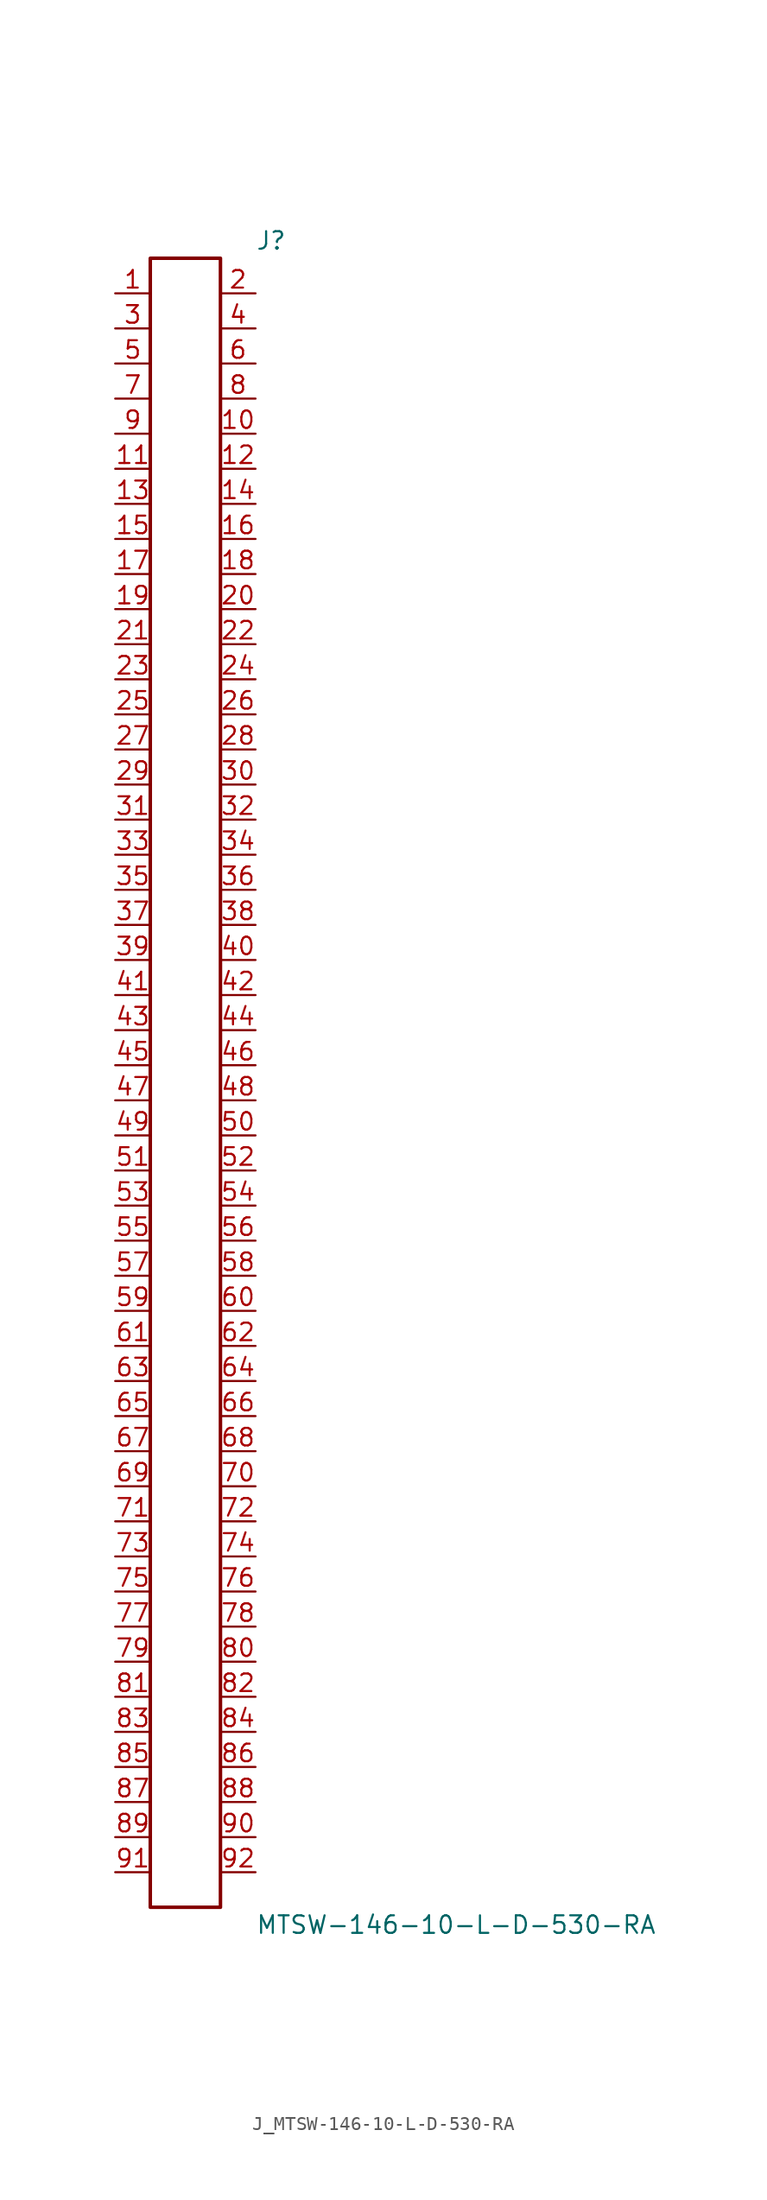
<source format=kicad_sym>
(kicad_symbol_lib
  (version 20231120)
  (generator kicad_symbol_editor)
  (generator_version 8.0)
  (symbol "J_MTSW-146-10-L-D-530-RA"
    (pin_names
      (offset 0.254))
    (property "Reference" "J"
      (at 5.08 60.96 0)
      (effects (font (size 1.27 1.27)) (justify left)))
    (property "Value" "MTSW-146-10-L-D-530-RA"
      (at 5.08 -60.96 0)
      (effects (font (size 1.27 1.27)) (justify left)))
    (symbol "J_MTSW-146-10-L-D-530-RA_0_0"
      (pin passive line (at -5.08 57.15 0) (length 2.54) (name "" (effects (font (size 1.27 1.27)))) (number "1" (effects (font (size 1.27 1.27)))))
      (pin passive line (at 5.08 57.15 180) (length 2.54) (name "" (effects (font (size 1.27 1.27)))) (number "2" (effects (font (size 1.27 1.27)))))
      (pin passive line (at -5.08 54.61 0) (length 2.54) (name "" (effects (font (size 1.27 1.27)))) (number "3" (effects (font (size 1.27 1.27)))))
      (pin passive line (at 5.08 54.61 180) (length 2.54) (name "" (effects (font (size 1.27 1.27)))) (number "4" (effects (font (size 1.27 1.27)))))
      (pin passive line (at -5.08 52.07 0) (length 2.54) (name "" (effects (font (size 1.27 1.27)))) (number "5" (effects (font (size 1.27 1.27)))))
      (pin passive line (at 5.08 52.07 180) (length 2.54) (name "" (effects (font (size 1.27 1.27)))) (number "6" (effects (font (size 1.27 1.27)))))
      (pin passive line (at -5.08 49.53 0) (length 2.54) (name "" (effects (font (size 1.27 1.27)))) (number "7" (effects (font (size 1.27 1.27)))))
      (pin passive line (at 5.08 49.53 180) (length 2.54) (name "" (effects (font (size 1.27 1.27)))) (number "8" (effects (font (size 1.27 1.27)))))
      (pin passive line (at -5.08 46.99 0) (length 2.54) (name "" (effects (font (size 1.27 1.27)))) (number "9" (effects (font (size 1.27 1.27)))))
      (pin passive line (at 5.08 46.99 180) (length 2.54) (name "" (effects (font (size 1.27 1.27)))) (number "10" (effects (font (size 1.27 1.27)))))
      (pin passive line (at -5.08 44.45 0) (length 2.54) (name "" (effects (font (size 1.27 1.27)))) (number "11" (effects (font (size 1.27 1.27)))))
      (pin passive line (at 5.08 44.45 180) (length 2.54) (name "" (effects (font (size 1.27 1.27)))) (number "12" (effects (font (size 1.27 1.27)))))
      (pin passive line (at -5.08 41.91 0) (length 2.54) (name "" (effects (font (size 1.27 1.27)))) (number "13" (effects (font (size 1.27 1.27)))))
      (pin passive line (at 5.08 41.91 180) (length 2.54) (name "" (effects (font (size 1.27 1.27)))) (number "14" (effects (font (size 1.27 1.27)))))
      (pin passive line (at -5.08 39.37 0) (length 2.54) (name "" (effects (font (size 1.27 1.27)))) (number "15" (effects (font (size 1.27 1.27)))))
      (pin passive line (at 5.08 39.37 180) (length 2.54) (name "" (effects (font (size 1.27 1.27)))) (number "16" (effects (font (size 1.27 1.27)))))
      (pin passive line (at -5.08 36.83 0) (length 2.54) (name "" (effects (font (size 1.27 1.27)))) (number "17" (effects (font (size 1.27 1.27)))))
      (pin passive line (at 5.08 36.83 180) (length 2.54) (name "" (effects (font (size 1.27 1.27)))) (number "18" (effects (font (size 1.27 1.27)))))
      (pin passive line (at -5.08 34.29 0) (length 2.54) (name "" (effects (font (size 1.27 1.27)))) (number "19" (effects (font (size 1.27 1.27)))))
      (pin passive line (at 5.08 34.29 180) (length 2.54) (name "" (effects (font (size 1.27 1.27)))) (number "20" (effects (font (size 1.27 1.27)))))
      (pin passive line (at -5.08 31.75 0) (length 2.54) (name "" (effects (font (size 1.27 1.27)))) (number "21" (effects (font (size 1.27 1.27)))))
      (pin passive line (at 5.08 31.75 180) (length 2.54) (name "" (effects (font (size 1.27 1.27)))) (number "22" (effects (font (size 1.27 1.27)))))
      (pin passive line (at -5.08 29.21 0) (length 2.54) (name "" (effects (font (size 1.27 1.27)))) (number "23" (effects (font (size 1.27 1.27)))))
      (pin passive line (at 5.08 29.21 180) (length 2.54) (name "" (effects (font (size 1.27 1.27)))) (number "24" (effects (font (size 1.27 1.27)))))
      (pin passive line (at -5.08 26.67 0) (length 2.54) (name "" (effects (font (size 1.27 1.27)))) (number "25" (effects (font (size 1.27 1.27)))))
      (pin passive line (at 5.08 26.67 180) (length 2.54) (name "" (effects (font (size 1.27 1.27)))) (number "26" (effects (font (size 1.27 1.27)))))
      (pin passive line (at -5.08 24.13 0) (length 2.54) (name "" (effects (font (size 1.27 1.27)))) (number "27" (effects (font (size 1.27 1.27)))))
      (pin passive line (at 5.08 24.13 180) (length 2.54) (name "" (effects (font (size 1.27 1.27)))) (number "28" (effects (font (size 1.27 1.27)))))
      (pin passive line (at -5.08 21.59 0) (length 2.54) (name "" (effects (font (size 1.27 1.27)))) (number "29" (effects (font (size 1.27 1.27)))))
      (pin passive line (at 5.08 21.59 180) (length 2.54) (name "" (effects (font (size 1.27 1.27)))) (number "30" (effects (font (size 1.27 1.27)))))
      (pin passive line (at -5.08 19.05 0) (length 2.54) (name "" (effects (font (size 1.27 1.27)))) (number "31" (effects (font (size 1.27 1.27)))))
      (pin passive line (at 5.08 19.05 180) (length 2.54) (name "" (effects (font (size 1.27 1.27)))) (number "32" (effects (font (size 1.27 1.27)))))
      (pin passive line (at -5.08 16.51 0) (length 2.54) (name "" (effects (font (size 1.27 1.27)))) (number "33" (effects (font (size 1.27 1.27)))))
      (pin passive line (at 5.08 16.51 180) (length 2.54) (name "" (effects (font (size 1.27 1.27)))) (number "34" (effects (font (size 1.27 1.27)))))
      (pin passive line (at -5.08 13.97 0) (length 2.54) (name "" (effects (font (size 1.27 1.27)))) (number "35" (effects (font (size 1.27 1.27)))))
      (pin passive line (at 5.08 13.97 180) (length 2.54) (name "" (effects (font (size 1.27 1.27)))) (number "36" (effects (font (size 1.27 1.27)))))
      (pin passive line (at -5.08 11.43 0) (length 2.54) (name "" (effects (font (size 1.27 1.27)))) (number "37" (effects (font (size 1.27 1.27)))))
      (pin passive line (at 5.08 11.43 180) (length 2.54) (name "" (effects (font (size 1.27 1.27)))) (number "38" (effects (font (size 1.27 1.27)))))
      (pin passive line (at -5.08 8.89 0) (length 2.54) (name "" (effects (font (size 1.27 1.27)))) (number "39" (effects (font (size 1.27 1.27)))))
      (pin passive line (at 5.08 8.89 180) (length 2.54) (name "" (effects (font (size 1.27 1.27)))) (number "40" (effects (font (size 1.27 1.27)))))
      (pin passive line (at -5.08 6.35 0) (length 2.54) (name "" (effects (font (size 1.27 1.27)))) (number "41" (effects (font (size 1.27 1.27)))))
      (pin passive line (at 5.08 6.35 180) (length 2.54) (name "" (effects (font (size 1.27 1.27)))) (number "42" (effects (font (size 1.27 1.27)))))
      (pin passive line (at -5.08 3.81 0) (length 2.54) (name "" (effects (font (size 1.27 1.27)))) (number "43" (effects (font (size 1.27 1.27)))))
      (pin passive line (at 5.08 3.81 180) (length 2.54) (name "" (effects (font (size 1.27 1.27)))) (number "44" (effects (font (size 1.27 1.27)))))
      (pin passive line (at -5.08 1.27 0) (length 2.54) (name "" (effects (font (size 1.27 1.27)))) (number "45" (effects (font (size 1.27 1.27)))))
      (pin passive line (at 5.08 1.27 180) (length 2.54) (name "" (effects (font (size 1.27 1.27)))) (number "46" (effects (font (size 1.27 1.27)))))
      (pin passive line (at -5.08 -1.27 0) (length 2.54) (name "" (effects (font (size 1.27 1.27)))) (number "47" (effects (font (size 1.27 1.27)))))
      (pin passive line (at 5.08 -1.27 180) (length 2.54) (name "" (effects (font (size 1.27 1.27)))) (number "48" (effects (font (size 1.27 1.27)))))
      (pin passive line (at -5.08 -3.81 0) (length 2.54) (name "" (effects (font (size 1.27 1.27)))) (number "49" (effects (font (size 1.27 1.27)))))
      (pin passive line (at 5.08 -3.81 180) (length 2.54) (name "" (effects (font (size 1.27 1.27)))) (number "50" (effects (font (size 1.27 1.27)))))
      (pin passive line (at -5.08 -6.35 0) (length 2.54) (name "" (effects (font (size 1.27 1.27)))) (number "51" (effects (font (size 1.27 1.27)))))
      (pin passive line (at 5.08 -6.35 180) (length 2.54) (name "" (effects (font (size 1.27 1.27)))) (number "52" (effects (font (size 1.27 1.27)))))
      (pin passive line (at -5.08 -8.89 0) (length 2.54) (name "" (effects (font (size 1.27 1.27)))) (number "53" (effects (font (size 1.27 1.27)))))
      (pin passive line (at 5.08 -8.89 180) (length 2.54) (name "" (effects (font (size 1.27 1.27)))) (number "54" (effects (font (size 1.27 1.27)))))
      (pin passive line (at -5.08 -11.43 0) (length 2.54) (name "" (effects (font (size 1.27 1.27)))) (number "55" (effects (font (size 1.27 1.27)))))
      (pin passive line (at 5.08 -11.43 180) (length 2.54) (name "" (effects (font (size 1.27 1.27)))) (number "56" (effects (font (size 1.27 1.27)))))
      (pin passive line (at -5.08 -13.97 0) (length 2.54) (name "" (effects (font (size 1.27 1.27)))) (number "57" (effects (font (size 1.27 1.27)))))
      (pin passive line (at 5.08 -13.97 180) (length 2.54) (name "" (effects (font (size 1.27 1.27)))) (number "58" (effects (font (size 1.27 1.27)))))
      (pin passive line (at -5.08 -16.51 0) (length 2.54) (name "" (effects (font (size 1.27 1.27)))) (number "59" (effects (font (size 1.27 1.27)))))
      (pin passive line (at 5.08 -16.51 180) (length 2.54) (name "" (effects (font (size 1.27 1.27)))) (number "60" (effects (font (size 1.27 1.27)))))
      (pin passive line (at -5.08 -19.05 0) (length 2.54) (name "" (effects (font (size 1.27 1.27)))) (number "61" (effects (font (size 1.27 1.27)))))
      (pin passive line (at 5.08 -19.05 180) (length 2.54) (name "" (effects (font (size 1.27 1.27)))) (number "62" (effects (font (size 1.27 1.27)))))
      (pin passive line (at -5.08 -21.59 0) (length 2.54) (name "" (effects (font (size 1.27 1.27)))) (number "63" (effects (font (size 1.27 1.27)))))
      (pin passive line (at 5.08 -21.59 180) (length 2.54) (name "" (effects (font (size 1.27 1.27)))) (number "64" (effects (font (size 1.27 1.27)))))
      (pin passive line (at -5.08 -24.13 0) (length 2.54) (name "" (effects (font (size 1.27 1.27)))) (number "65" (effects (font (size 1.27 1.27)))))
      (pin passive line (at 5.08 -24.13 180) (length 2.54) (name "" (effects (font (size 1.27 1.27)))) (number "66" (effects (font (size 1.27 1.27)))))
      (pin passive line (at -5.08 -26.67 0) (length 2.54) (name "" (effects (font (size 1.27 1.27)))) (number "67" (effects (font (size 1.27 1.27)))))
      (pin passive line (at 5.08 -26.67 180) (length 2.54) (name "" (effects (font (size 1.27 1.27)))) (number "68" (effects (font (size 1.27 1.27)))))
      (pin passive line (at -5.08 -29.21 0) (length 2.54) (name "" (effects (font (size 1.27 1.27)))) (number "69" (effects (font (size 1.27 1.27)))))
      (pin passive line (at 5.08 -29.21 180) (length 2.54) (name "" (effects (font (size 1.27 1.27)))) (number "70" (effects (font (size 1.27 1.27)))))
      (pin passive line (at -5.08 -31.75 0) (length 2.54) (name "" (effects (font (size 1.27 1.27)))) (number "71" (effects (font (size 1.27 1.27)))))
      (pin passive line (at 5.08 -31.75 180) (length 2.54) (name "" (effects (font (size 1.27 1.27)))) (number "72" (effects (font (size 1.27 1.27)))))
      (pin passive line (at -5.08 -34.29 0) (length 2.54) (name "" (effects (font (size 1.27 1.27)))) (number "73" (effects (font (size 1.27 1.27)))))
      (pin passive line (at 5.08 -34.29 180) (length 2.54) (name "" (effects (font (size 1.27 1.27)))) (number "74" (effects (font (size 1.27 1.27)))))
      (pin passive line (at -5.08 -36.83 0) (length 2.54) (name "" (effects (font (size 1.27 1.27)))) (number "75" (effects (font (size 1.27 1.27)))))
      (pin passive line (at 5.08 -36.83 180) (length 2.54) (name "" (effects (font (size 1.27 1.27)))) (number "76" (effects (font (size 1.27 1.27)))))
      (pin passive line (at -5.08 -39.37 0) (length 2.54) (name "" (effects (font (size 1.27 1.27)))) (number "77" (effects (font (size 1.27 1.27)))))
      (pin passive line (at 5.08 -39.37 180) (length 2.54) (name "" (effects (font (size 1.27 1.27)))) (number "78" (effects (font (size 1.27 1.27)))))
      (pin passive line (at -5.08 -41.91 0) (length 2.54) (name "" (effects (font (size 1.27 1.27)))) (number "79" (effects (font (size 1.27 1.27)))))
      (pin passive line (at 5.08 -41.91 180) (length 2.54) (name "" (effects (font (size 1.27 1.27)))) (number "80" (effects (font (size 1.27 1.27)))))
      (pin passive line (at -5.08 -44.45 0) (length 2.54) (name "" (effects (font (size 1.27 1.27)))) (number "81" (effects (font (size 1.27 1.27)))))
      (pin passive line (at 5.08 -44.45 180) (length 2.54) (name "" (effects (font (size 1.27 1.27)))) (number "82" (effects (font (size 1.27 1.27)))))
      (pin passive line (at -5.08 -46.99 0) (length 2.54) (name "" (effects (font (size 1.27 1.27)))) (number "83" (effects (font (size 1.27 1.27)))))
      (pin passive line (at 5.08 -46.99 180) (length 2.54) (name "" (effects (font (size 1.27 1.27)))) (number "84" (effects (font (size 1.27 1.27)))))
      (pin passive line (at -5.08 -49.53 0) (length 2.54) (name "" (effects (font (size 1.27 1.27)))) (number "85" (effects (font (size 1.27 1.27)))))
      (pin passive line (at 5.08 -49.53 180) (length 2.54) (name "" (effects (font (size 1.27 1.27)))) (number "86" (effects (font (size 1.27 1.27)))))
      (pin passive line (at -5.08 -52.07 0) (length 2.54) (name "" (effects (font (size 1.27 1.27)))) (number "87" (effects (font (size 1.27 1.27)))))
      (pin passive line (at 5.08 -52.07 180) (length 2.54) (name "" (effects (font (size 1.27 1.27)))) (number "88" (effects (font (size 1.27 1.27)))))
      (pin passive line (at -5.08 -54.61 0) (length 2.54) (name "" (effects (font (size 1.27 1.27)))) (number "89" (effects (font (size 1.27 1.27)))))
      (pin passive line (at 5.08 -54.61 180) (length 2.54) (name "" (effects (font (size 1.27 1.27)))) (number "90" (effects (font (size 1.27 1.27)))))
      (pin passive line (at -5.08 -57.15 0) (length 2.54) (name "" (effects (font (size 1.27 1.27)))) (number "91" (effects (font (size 1.27 1.27)))))
      (pin passive line (at 5.08 -57.15 180) (length 2.54) (name "" (effects (font (size 1.27 1.27)))) (number "92" (effects (font (size 1.27 1.27))))))
    (symbol "J_MTSW-146-10-L-D-530-RA_1_0"
      (rectangle (start -2.54 59.69) (end 2.54 -59.69) (stroke (width 0.254) (type solid)) (fill (type none))))))
</source>
